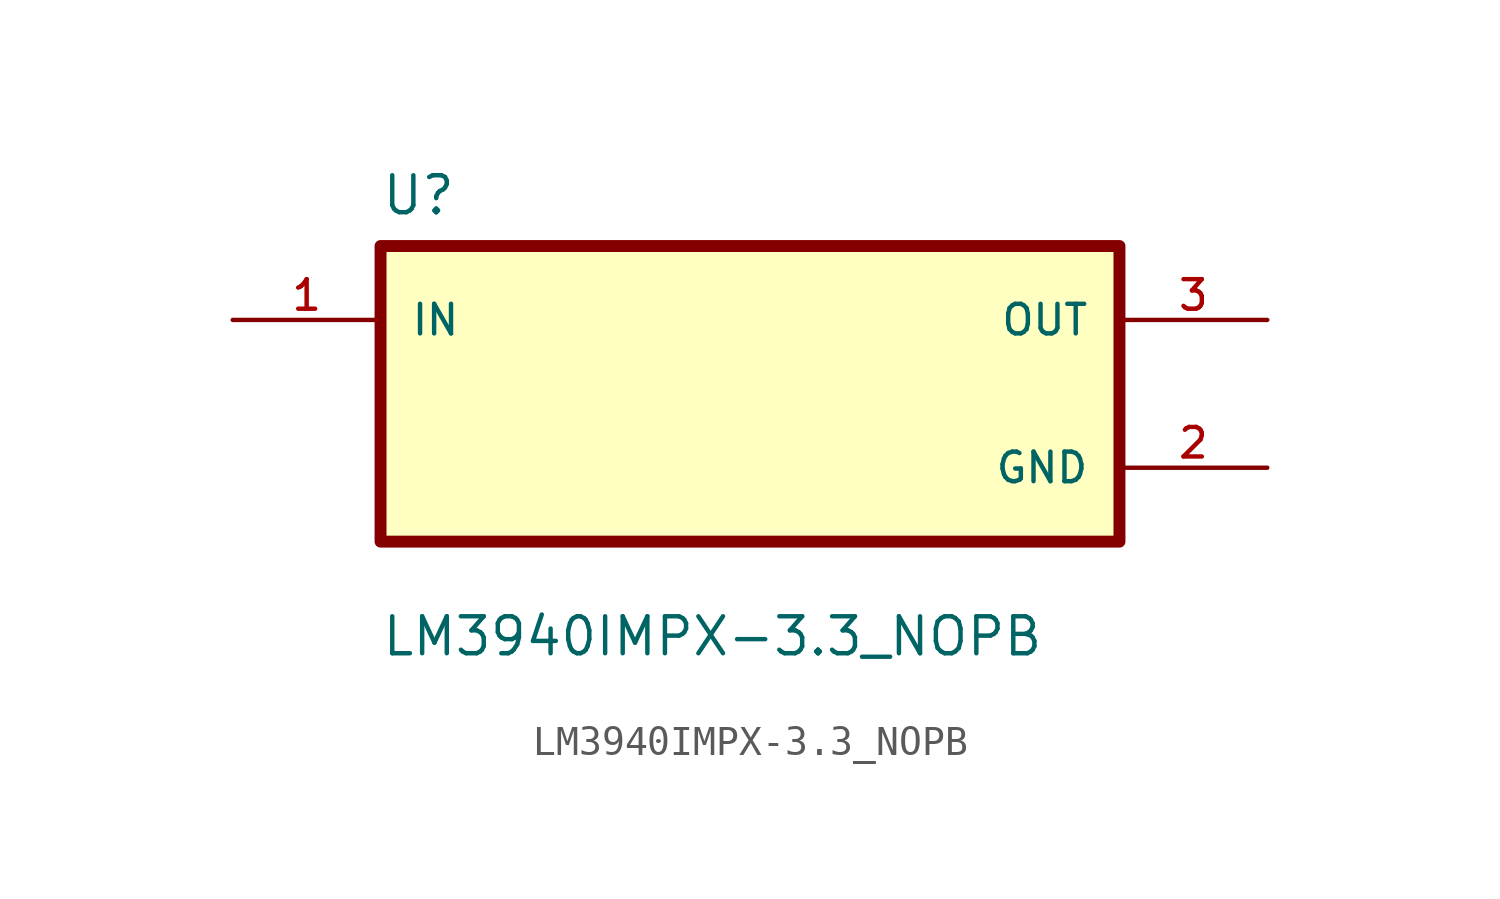
<source format=kicad_sym>
(kicad_symbol_lib
  (version 20241209)
  (generator "kicad_symbol_editor")
  (generator_version "9.0")
  (symbol "LM3940IMPX-3.3_NOPB"
    (pin_names
      (offset 1.016))
    (property "Reference" "U"
      (at -12.7 6.08 0)
      (effects (font (size 1.27 1.27)) (justify left bottom)))
    (property "Value" "LM3940IMPX-3.3_NOPB"
      (at -12.7 -9.08 0)
      (effects (font (size 1.27 1.27)) (justify left bottom)))
    (symbol "LM3940IMPX-3.3_NOPB_0_0"
      (rectangle (start -12.7 -5.08) (end 12.7 5.08) (stroke (width 0.41) (type default)) (fill (type background)))
      (pin input line (at -17.78 2.54 0) (length 5.08) (name "IN" (effects (font (size 1.016 1.016)))) (number "1" (effects (font (size 1.016 1.016)))))
      (pin output line (at 17.78 2.54 180) (length 5.08) (name "OUT" (effects (font (size 1.016 1.016)))) (number "3" (effects (font (size 1.016 1.016)))))
      (pin power_in line (at 17.78 -2.54 180) (length 5.08) (name "GND" (effects (font (size 1.016 1.016)))) (number "2" (effects (font (size 1.016 1.016)))))
      (pin power_in line (at 17.78 -2.54 180) (length 5.08) (hide yes) (name "GND" (effects (font (size 1.016 1.016)))) (number "4" (effects (font (size 1.016 1.016))))))))
</source>
